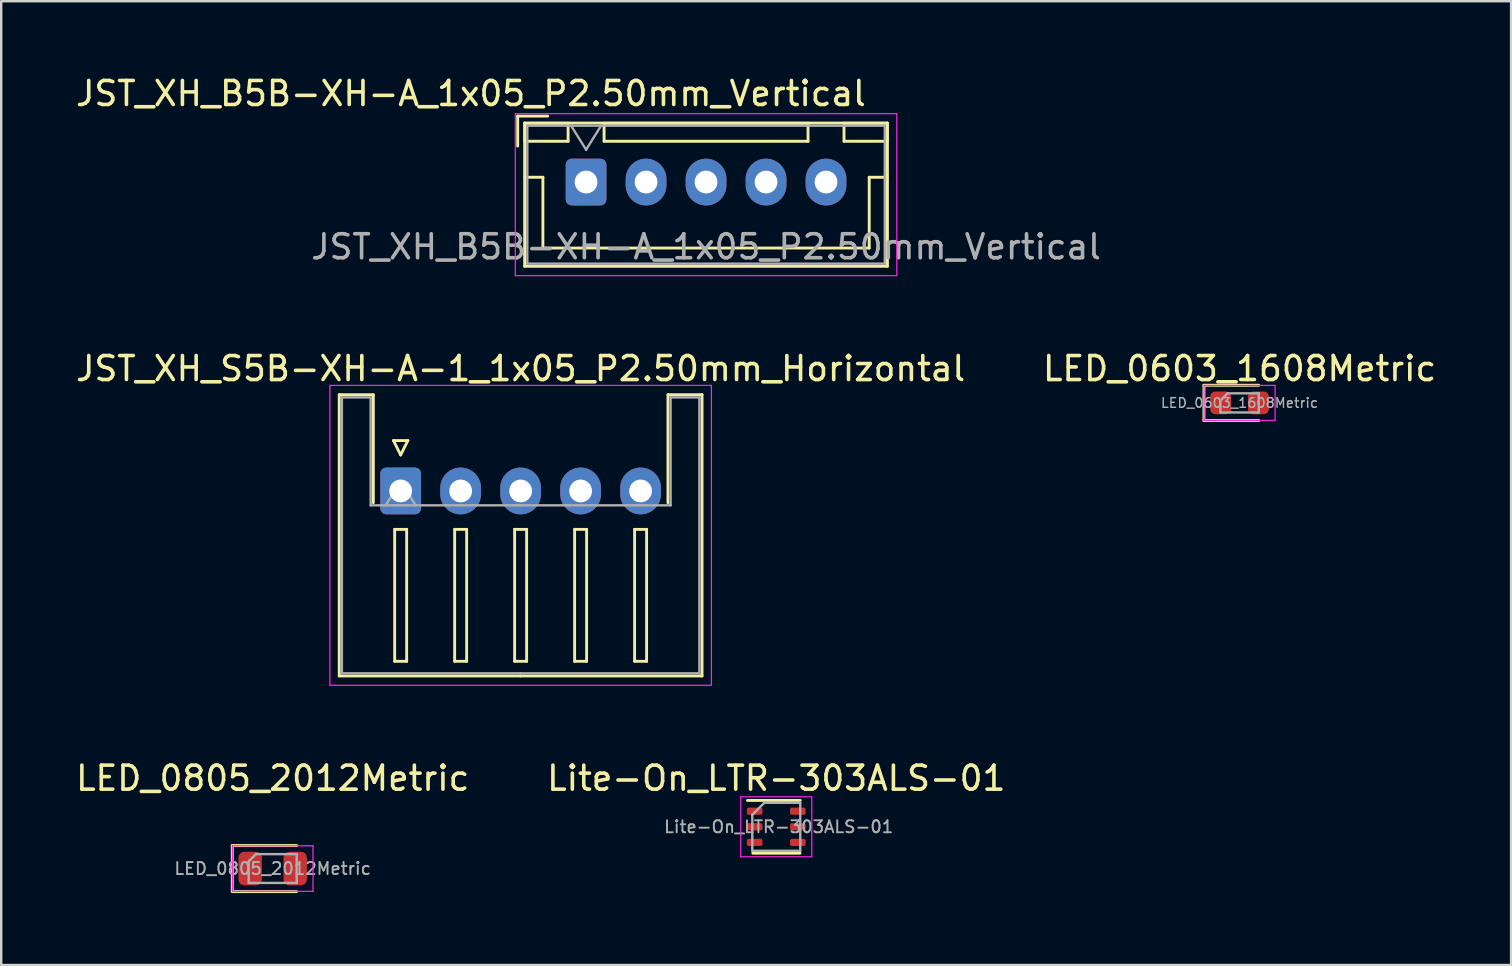
<source format=kicad_pcb>
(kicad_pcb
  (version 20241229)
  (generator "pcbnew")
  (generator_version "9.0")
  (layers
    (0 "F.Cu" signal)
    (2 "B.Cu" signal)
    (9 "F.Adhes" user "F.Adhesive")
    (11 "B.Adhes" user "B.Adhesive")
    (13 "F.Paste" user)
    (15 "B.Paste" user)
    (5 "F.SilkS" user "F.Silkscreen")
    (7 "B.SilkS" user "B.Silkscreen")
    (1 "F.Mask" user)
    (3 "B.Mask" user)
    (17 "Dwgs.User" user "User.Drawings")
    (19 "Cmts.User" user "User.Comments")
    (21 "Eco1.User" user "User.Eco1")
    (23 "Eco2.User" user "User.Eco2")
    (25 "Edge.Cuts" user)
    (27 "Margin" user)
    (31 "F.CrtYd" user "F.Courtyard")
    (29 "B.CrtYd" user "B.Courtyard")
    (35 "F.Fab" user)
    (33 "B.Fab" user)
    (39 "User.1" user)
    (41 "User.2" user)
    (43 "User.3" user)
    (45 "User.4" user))
  (footprint "LED_0603_1608Metric"
    (layer "F.Cu")
    (at 48.613 13.742)
    (property "Reference" "LED_0603_1608Metric" (at 0 -1.43 0) (layer "F.SilkS") (effects (font (size 1 1) (thickness 0.15))))
    (attr smd)
    (fp_line (start -1.485 -0.735) (end -1.485 0.735) (stroke (width 0.12) (type solid)) (layer "F.SilkS"))
    (fp_line (start -1.485 0.735) (end 0.8 0.735) (stroke (width 0.12) (type solid)) (layer "F.SilkS"))
    (fp_line (start 0.8 -0.735) (end -1.485 -0.735) (stroke (width 0.12) (type solid)) (layer "F.SilkS"))
    (fp_line (start -1.48 -0.73) (end 1.48 -0.73) (stroke (width 0.05) (type solid)) (layer "F.CrtYd"))
    (fp_line (start -1.48 0.73) (end -1.48 -0.73) (stroke (width 0.05) (type solid)) (layer "F.CrtYd"))
    (fp_line (start 1.48 -0.73) (end 1.48 0.73) (stroke (width 0.05) (type solid)) (layer "F.CrtYd"))
    (fp_line (start 1.48 0.73) (end -1.48 0.73) (stroke (width 0.05) (type solid)) (layer "F.CrtYd"))
    (fp_line (start -0.8 -0.1) (end -0.8 0.4) (stroke (width 0.1) (type solid)) (layer "F.Fab"))
    (fp_line (start -0.8 0.4) (end 0.8 0.4) (stroke (width 0.1) (type solid)) (layer "F.Fab"))
    (fp_line (start -0.5 -0.4) (end -0.8 -0.1) (stroke (width 0.1) (type solid)) (layer "F.Fab"))
    (fp_line (start 0.8 -0.4) (end -0.5 -0.4) (stroke (width 0.1) (type solid)) (layer "F.Fab"))
    (fp_line (start 0.8 0.4) (end 0.8 -0.4) (stroke (width 0.1) (type solid)) (layer "F.Fab"))
    (fp_text user "${REFERENCE}" (at 0 0 0) (layer "F.Fab") (effects (font (size 0.4 0.4) (thickness 0.06))))
    (pad "1" smd roundrect (at -0.787 0) (size 0.875 0.95) (layers "F.Cu" "F.Mask" "F.Paste") (roundrect_rratio 0.25))
    (pad "2" smd roundrect (at 0.787 0) (size 0.875 0.95) (layers "F.Cu" "F.Mask" "F.Paste") (roundrect_rratio 0.25)))
  (footprint "JST_XH_S5B-XH-A-1_1x05_P2.50mm_Horizontal"
    (layer "F.Cu")
    (at 13.649 17.412)
    (property "Reference" "JST_XH_S5B-XH-A-1_1x05_P2.50mm_Horizontal" (at 5 -5.1 0) (layer "F.SilkS") (effects (font (size 1 1) (thickness 0.15))))
    (attr through_hole)
    (fp_line (start -2.56 -4.01) (end -1.14 -4.01) (stroke (width 0.12) (type solid)) (layer "F.SilkS"))
    (fp_line (start -2.56 7.71) (end -2.56 -4.01) (stroke (width 0.12) (type solid)) (layer "F.SilkS"))
    (fp_line (start -1.14 -4.01) (end -1.14 0.49) (stroke (width 0.12) (type solid)) (layer "F.SilkS"))
    (fp_line (start -0.3 -2.1) (end 0.3 -2.1) (stroke (width 0.12) (type solid)) (layer "F.SilkS"))
    (fp_line (start -0.25 1.6) (end -0.25 7.1) (stroke (width 0.12) (type solid)) (layer "F.SilkS"))
    (fp_line (start -0.25 7.1) (end 0.25 7.1) (stroke (width 0.12) (type solid)) (layer "F.SilkS"))
    (fp_line (start 0 -1.5) (end -0.3 -2.1) (stroke (width 0.12) (type solid)) (layer "F.SilkS"))
    (fp_line (start 0.25 1.6) (end -0.25 1.6) (stroke (width 0.12) (type solid)) (layer "F.SilkS"))
    (fp_line (start 0.25 7.1) (end 0.25 1.6) (stroke (width 0.12) (type solid)) (layer "F.SilkS"))
    (fp_line (start 0.3 -2.1) (end 0 -1.5) (stroke (width 0.12) (type solid)) (layer "F.SilkS"))
    (fp_line (start 2.25 1.6) (end 2.25 7.1) (stroke (width 0.12) (type solid)) (layer "F.SilkS"))
    (fp_line (start 2.25 7.1) (end 2.75 7.1) (stroke (width 0.12) (type solid)) (layer "F.SilkS"))
    (fp_line (start 2.75 1.6) (end 2.25 1.6) (stroke (width 0.12) (type solid)) (layer "F.SilkS"))
    (fp_line (start 2.75 7.1) (end 2.75 1.6) (stroke (width 0.12) (type solid)) (layer "F.SilkS"))
    (fp_line (start 4.75 1.6) (end 4.75 7.1) (stroke (width 0.12) (type solid)) (layer "F.SilkS"))
    (fp_line (start 4.75 7.1) (end 5.25 7.1) (stroke (width 0.12) (type solid)) (layer "F.SilkS"))
    (fp_line (start 5 7.71) (end -2.56 7.71) (stroke (width 0.12) (type solid)) (layer "F.SilkS"))
    (fp_line (start 5 7.71) (end 12.56 7.71) (stroke (width 0.12) (type solid)) (layer "F.SilkS"))
    (fp_line (start 5.25 1.6) (end 4.75 1.6) (stroke (width 0.12) (type solid)) (layer "F.SilkS"))
    (fp_line (start 5.25 7.1) (end 5.25 1.6) (stroke (width 0.12) (type solid)) (layer "F.SilkS"))
    (fp_line (start 7.25 1.6) (end 7.25 7.1) (stroke (width 0.12) (type solid)) (layer "F.SilkS"))
    (fp_line (start 7.25 7.1) (end 7.75 7.1) (stroke (width 0.12) (type solid)) (layer "F.SilkS"))
    (fp_line (start 7.75 1.6) (end 7.25 1.6) (stroke (width 0.12) (type solid)) (layer "F.SilkS"))
    (fp_line (start 7.75 7.1) (end 7.75 1.6) (stroke (width 0.12) (type solid)) (layer "F.SilkS"))
    (fp_line (start 9.75 1.6) (end 9.75 7.1) (stroke (width 0.12) (type solid)) (layer "F.SilkS"))
    (fp_line (start 9.75 7.1) (end 10.25 7.1) (stroke (width 0.12) (type solid)) (layer "F.SilkS"))
    (fp_line (start 10.25 1.6) (end 9.75 1.6) (stroke (width 0.12) (type solid)) (layer "F.SilkS"))
    (fp_line (start 10.25 7.1) (end 10.25 1.6) (stroke (width 0.12) (type solid)) (layer "F.SilkS"))
    (fp_line (start 11.14 -4.01) (end 11.14 0.49) (stroke (width 0.12) (type solid)) (layer "F.SilkS"))
    (fp_line (start 12.56 -4.01) (end 11.14 -4.01) (stroke (width 0.12) (type solid)) (layer "F.SilkS"))
    (fp_line (start 12.56 7.71) (end 12.56 -4.01) (stroke (width 0.12) (type solid)) (layer "F.SilkS"))
    (fp_line (start -2.95 -4.4) (end -2.95 8.1) (stroke (width 0.05) (type solid)) (layer "F.CrtYd"))
    (fp_line (start -2.95 8.1) (end 12.95 8.1) (stroke (width 0.05) (type solid)) (layer "F.CrtYd"))
    (fp_line (start 12.95 -4.4) (end -2.95 -4.4) (stroke (width 0.05) (type solid)) (layer "F.CrtYd"))
    (fp_line (start 12.95 8.1) (end 12.95 -4.4) (stroke (width 0.05) (type solid)) (layer "F.CrtYd"))
    (fp_line (start -2.45 -3.9) (end -1.25 -3.9) (stroke (width 0.1) (type solid)) (layer "F.Fab"))
    (fp_line (start -2.45 7.6) (end -2.45 -3.9) (stroke (width 0.1) (type solid)) (layer "F.Fab"))
    (fp_line (start -1.25 -3.9) (end -1.25 0.6) (stroke (width 0.1) (type solid)) (layer "F.Fab"))
    (fp_line (start -1.25 0.6) (end 5 0.6) (stroke (width 0.1) (type solid)) (layer "F.Fab"))
    (fp_line (start -0.625 0.6) (end 0 -0.4) (stroke (width 0.1) (type solid)) (layer "F.Fab"))
    (fp_line (start 0 -0.4) (end 0.625 0.6) (stroke (width 0.1) (type solid)) (layer "F.Fab"))
    (fp_line (start 5 7.6) (end -2.45 7.6) (stroke (width 0.1) (type solid)) (layer "F.Fab"))
    (fp_line (start 5 7.6) (end 12.45 7.6) (stroke (width 0.1) (type solid)) (layer "F.Fab"))
    (fp_line (start 11.25 -3.9) (end 11.25 0.6) (stroke (width 0.1) (type solid)) (layer "F.Fab"))
    (fp_line (start 11.25 0.6) (end 5 0.6) (stroke (width 0.1) (type solid)) (layer "F.Fab"))
    (fp_line (start 12.45 -3.9) (end 11.25 -3.9) (stroke (width 0.1) (type solid)) (layer "F.Fab"))
    (fp_line (start 12.45 7.6) (end 12.45 -3.9) (stroke (width 0.1) (type solid)) (layer "F.Fab"))
    (pad "1" thru_hole roundrect (at 0 0 180) (size 1.7 1.95) (drill 0.95) (layers "*.Cu" "*.Mask") (roundrect_rratio 0.147))
    (pad "2" thru_hole oval (at 2.5 0 180) (size 1.7 1.95) (drill 0.95) (layers "*.Cu" "*.Mask"))
    (pad "3" thru_hole oval (at 5 0 180) (size 1.7 1.95) (drill 0.95) (layers "*.Cu" "*.Mask"))
    (pad "4" thru_hole oval (at 7.5 0 180) (size 1.7 1.95) (drill 0.95) (layers "*.Cu" "*.Mask"))
    (pad "5" thru_hole oval (at 10 0 180) (size 1.7 1.95) (drill 0.95) (layers "*.Cu" "*.Mask")))
  (footprint "Lite-On_LTR-303ALS-01"
    (layer "F.Cu")
    (at 29.304 31.41)
    (property "Reference" "Lite-On_LTR-303ALS-01" (at 0 -2.025 0) (layer "F.SilkS") (effects (font (size 1 1) (thickness 0.15))))
    (attr smd)
    (fp_line (start -1.2 -1.1) (end 1 -1.1) (stroke (width 0.12) (type solid)) (layer "F.SilkS"))
    (fp_line (start -0.98 1.1) (end 0.99 1.1) (stroke (width 0.12) (type solid)) (layer "F.SilkS"))
    (fp_line (start -1.48 -1.25) (end -1.48 1.25) (stroke (width 0.05) (type solid)) (layer "F.CrtYd"))
    (fp_line (start -1.48 1.25) (end 1.48 1.25) (stroke (width 0.05) (type solid)) (layer "F.CrtYd"))
    (fp_line (start 1.48 -1.25) (end -1.48 -1.25) (stroke (width 0.05) (type solid)) (layer "F.CrtYd"))
    (fp_line (start 1.48 1.25) (end 1.48 -1.25) (stroke (width 0.05) (type solid)) (layer "F.CrtYd"))
    (fp_line (start -1 -0.5) (end -0.5 -1) (stroke (width 0.1) (type solid)) (layer "F.Fab"))
    (fp_line (start -1 1) (end -1 -0.5) (stroke (width 0.1) (type solid)) (layer "F.Fab"))
    (fp_line (start -0.5 -1) (end 1 -1) (stroke (width 0.1) (type solid)) (layer "F.Fab"))
    (fp_line (start 1 -1) (end 1 1) (stroke (width 0.1) (type solid)) (layer "F.Fab"))
    (fp_line (start 1 1) (end -1 1) (stroke (width 0.1) (type solid)) (layer "F.Fab"))
    (fp_text user "${REFERENCE}" (at 0.1 0 0) (layer "F.Fab") (effects (font (size 0.5 0.5) (thickness 0.08))))
    (pad "1" smd roundrect (at -0.9 -0.65) (size 0.65 0.3) (layers "F.Cu" "F.Mask" "F.Paste") (roundrect_rratio 0.25))
    (pad "2" smd roundrect (at -0.9 0) (size 0.65 0.3) (layers "F.Cu" "F.Mask" "F.Paste") (roundrect_rratio 0.25))
    (pad "3" smd roundrect (at -0.9 0.65) (size 0.65 0.3) (layers "F.Cu" "F.Mask" "F.Paste") (roundrect_rratio 0.25))
    (pad "4" smd roundrect (at 0.9 0.65) (size 0.65 0.3) (layers "F.Cu" "F.Mask" "F.Paste") (roundrect_rratio 0.25))
    (pad "5" smd roundrect (at 0.9 0) (size 0.65 0.3) (layers "F.Cu" "F.Mask" "F.Paste") (roundrect_rratio 0.25))
    (pad "6" smd roundrect (at 0.9 -0.65) (size 0.65 0.3) (layers "F.Cu" "F.Mask" "F.Paste") (roundrect_rratio 0.25)))
  (footprint "LED_0805_2012Metric"
    (layer "F.Cu")
    (at 8.315 33.15)
    (property "Reference" "LED_0805_2012Metric" (at 0 -3.765 0) (layer "F.SilkS") (effects (font (size 1 1) (thickness 0.15))))
    (attr smd)
    (fp_line (start -1.685 -0.96) (end -1.685 0.96) (stroke (width 0.12) (type solid)) (layer "F.SilkS"))
    (fp_line (start -1.685 0.96) (end 1 0.96) (stroke (width 0.12) (type solid)) (layer "F.SilkS"))
    (fp_line (start 1 -0.96) (end -1.685 -0.96) (stroke (width 0.12) (type solid)) (layer "F.SilkS"))
    (fp_line (start -1.68 -0.95) (end 1.68 -0.95) (stroke (width 0.05) (type solid)) (layer "F.CrtYd"))
    (fp_line (start -1.68 0.95) (end -1.68 -0.95) (stroke (width 0.05) (type solid)) (layer "F.CrtYd"))
    (fp_line (start 1.68 -0.95) (end 1.68 0.95) (stroke (width 0.05) (type solid)) (layer "F.CrtYd"))
    (fp_line (start 1.68 0.95) (end -1.68 0.95) (stroke (width 0.05) (type solid)) (layer "F.CrtYd"))
    (fp_line (start -1 -0.3) (end -1 0.6) (stroke (width 0.1) (type solid)) (layer "F.Fab"))
    (fp_line (start -1 0.6) (end 1 0.6) (stroke (width 0.1) (type solid)) (layer "F.Fab"))
    (fp_line (start -0.7 -0.6) (end -1 -0.3) (stroke (width 0.1) (type solid)) (layer "F.Fab"))
    (fp_line (start 1 -0.6) (end -0.7 -0.6) (stroke (width 0.1) (type solid)) (layer "F.Fab"))
    (fp_line (start 1 0.6) (end 1 -0.6) (stroke (width 0.1) (type solid)) (layer "F.Fab"))
    (fp_text user "${REFERENCE}" (at 0 0 0) (layer "F.Fab") (effects (font (size 0.5 0.5) (thickness 0.08))))
    (pad "1" smd roundrect (at -0.938 0) (size 0.975 1.4) (layers "F.Cu" "F.Mask" "F.Paste") (roundrect_rratio 0.25))
    (pad "2" smd roundrect (at 0.938 0) (size 0.975 1.4) (layers "F.Cu" "F.Mask" "F.Paste") (roundrect_rratio 0.25)))
  (footprint "JST_XH_B5B-XH-A_1x05_P2.50mm_Vertical"
    (layer "F.Cu")
    (at 21.377 4.538)
    (property "Reference" "JST_XH_B5B-XH-A_1x05_P2.50mm_Vertical" (at -4.8 -3.69 180) (layer "F.SilkS") (effects (font (size 1 1) (thickness 0.15))))
    (attr through_hole)
    (fp_line (start -2.85 -2.75) (end -2.85 -1.5) (stroke (width 0.12) (type solid)) (layer "F.SilkS"))
    (fp_line (start -2.56 -2.46) (end -2.56 3.51) (stroke (width 0.12) (type solid)) (layer "F.SilkS"))
    (fp_line (start -2.56 3.51) (end 12.56 3.51) (stroke (width 0.12) (type solid)) (layer "F.SilkS"))
    (fp_line (start -2.55 -2.45) (end -2.55 -1.7) (stroke (width 0.12) (type solid)) (layer "F.SilkS"))
    (fp_line (start -2.55 -1.7) (end -0.75 -1.7) (stroke (width 0.12) (type solid)) (layer "F.SilkS"))
    (fp_line (start -2.55 -0.2) (end -1.8 -0.2) (stroke (width 0.12) (type solid)) (layer "F.SilkS"))
    (fp_line (start -1.8 -0.2) (end -1.8 2.75) (stroke (width 0.12) (type solid)) (layer "F.SilkS"))
    (fp_line (start -1.8 2.75) (end 5 2.75) (stroke (width 0.12) (type solid)) (layer "F.SilkS"))
    (fp_line (start -1.6 -2.75) (end -2.85 -2.75) (stroke (width 0.12) (type solid)) (layer "F.SilkS"))
    (fp_line (start -0.75 -2.45) (end -2.55 -2.45) (stroke (width 0.12) (type solid)) (layer "F.SilkS"))
    (fp_line (start -0.75 -1.7) (end -0.75 -2.45) (stroke (width 0.12) (type solid)) (layer "F.SilkS"))
    (fp_line (start 0.75 -2.45) (end 0.75 -1.7) (stroke (width 0.12) (type solid)) (layer "F.SilkS"))
    (fp_line (start 0.75 -1.7) (end 9.25 -1.7) (stroke (width 0.12) (type solid)) (layer "F.SilkS"))
    (fp_line (start 9.25 -2.45) (end 0.75 -2.45) (stroke (width 0.12) (type solid)) (layer "F.SilkS"))
    (fp_line (start 9.25 -1.7) (end 9.25 -2.45) (stroke (width 0.12) (type solid)) (layer "F.SilkS"))
    (fp_line (start 10.75 -2.45) (end 10.75 -1.7) (stroke (width 0.12) (type solid)) (layer "F.SilkS"))
    (fp_line (start 10.75 -1.7) (end 12.55 -1.7) (stroke (width 0.12) (type solid)) (layer "F.SilkS"))
    (fp_line (start 11.8 -0.2) (end 11.8 2.75) (stroke (width 0.12) (type solid)) (layer "F.SilkS"))
    (fp_line (start 11.8 2.75) (end 5 2.75) (stroke (width 0.12) (type solid)) (layer "F.SilkS"))
    (fp_line (start 12.55 -2.45) (end 10.75 -2.45) (stroke (width 0.12) (type solid)) (layer "F.SilkS"))
    (fp_line (start 12.55 -1.7) (end 12.55 -2.45) (stroke (width 0.12) (type solid)) (layer "F.SilkS"))
    (fp_line (start 12.55 -0.2) (end 11.8 -0.2) (stroke (width 0.12) (type solid)) (layer "F.SilkS"))
    (fp_line (start 12.56 -2.46) (end -2.56 -2.46) (stroke (width 0.12) (type solid)) (layer "F.SilkS"))
    (fp_line (start 12.56 3.51) (end 12.56 -2.46) (stroke (width 0.12) (type solid)) (layer "F.SilkS"))
    (fp_line (start -2.95 -2.85) (end -2.95 3.9) (stroke (width 0.05) (type solid)) (layer "F.CrtYd"))
    (fp_line (start -2.95 3.9) (end 12.95 3.9) (stroke (width 0.05) (type solid)) (layer "F.CrtYd"))
    (fp_line (start 12.95 -2.85) (end -2.95 -2.85) (stroke (width 0.05) (type solid)) (layer "F.CrtYd"))
    (fp_line (start 12.95 3.9) (end 12.95 -2.85) (stroke (width 0.05) (type solid)) (layer "F.CrtYd"))
    (fp_line (start -2.45 -2.35) (end -2.45 3.4) (stroke (width 0.1) (type solid)) (layer "F.Fab"))
    (fp_line (start -2.45 3.4) (end 12.45 3.4) (stroke (width 0.1) (type solid)) (layer "F.Fab"))
    (fp_line (start -0.625 -2.35) (end 0 -1.35) (stroke (width 0.1) (type solid)) (layer "F.Fab"))
    (fp_line (start 0 -1.35) (end 0.625 -2.35) (stroke (width 0.1) (type solid)) (layer "F.Fab"))
    (fp_line (start 12.45 -2.35) (end -2.45 -2.35) (stroke (width 0.1) (type solid)) (layer "F.Fab"))
    (fp_line (start 12.45 3.4) (end 12.45 -2.35) (stroke (width 0.1) (type solid)) (layer "F.Fab"))
    (fp_text user "${REFERENCE}" (at 5 2.7 180) (layer "F.Fab") (effects (font (size 1 1) (thickness 0.15))))
    (pad "1" thru_hole roundrect (at 0 0) (size 1.7 1.95) (drill 0.95) (layers "*.Cu" "*.Mask") (roundrect_rratio 0.147))
    (pad "2" thru_hole oval (at 2.5 0) (size 1.7 1.95) (drill 0.95) (layers "*.Cu" "*.Mask"))
    (pad "3" thru_hole oval (at 5 0) (size 1.7 1.95) (drill 0.95) (layers "*.Cu" "*.Mask"))
    (pad "4" thru_hole oval (at 7.5 0) (size 1.7 1.95) (drill 0.95) (layers "*.Cu" "*.Mask"))
    (pad "5" thru_hole oval (at 10 0) (size 1.7 1.95) (drill 0.95) (layers "*.Cu" "*.Mask")))
  (gr_rect
    (start -3 -3)
    (end 59.929 37.17)
    (stroke (width 0.1) (type default))
    (fill no)
    (layer "Edge.Cuts")))
</source>
